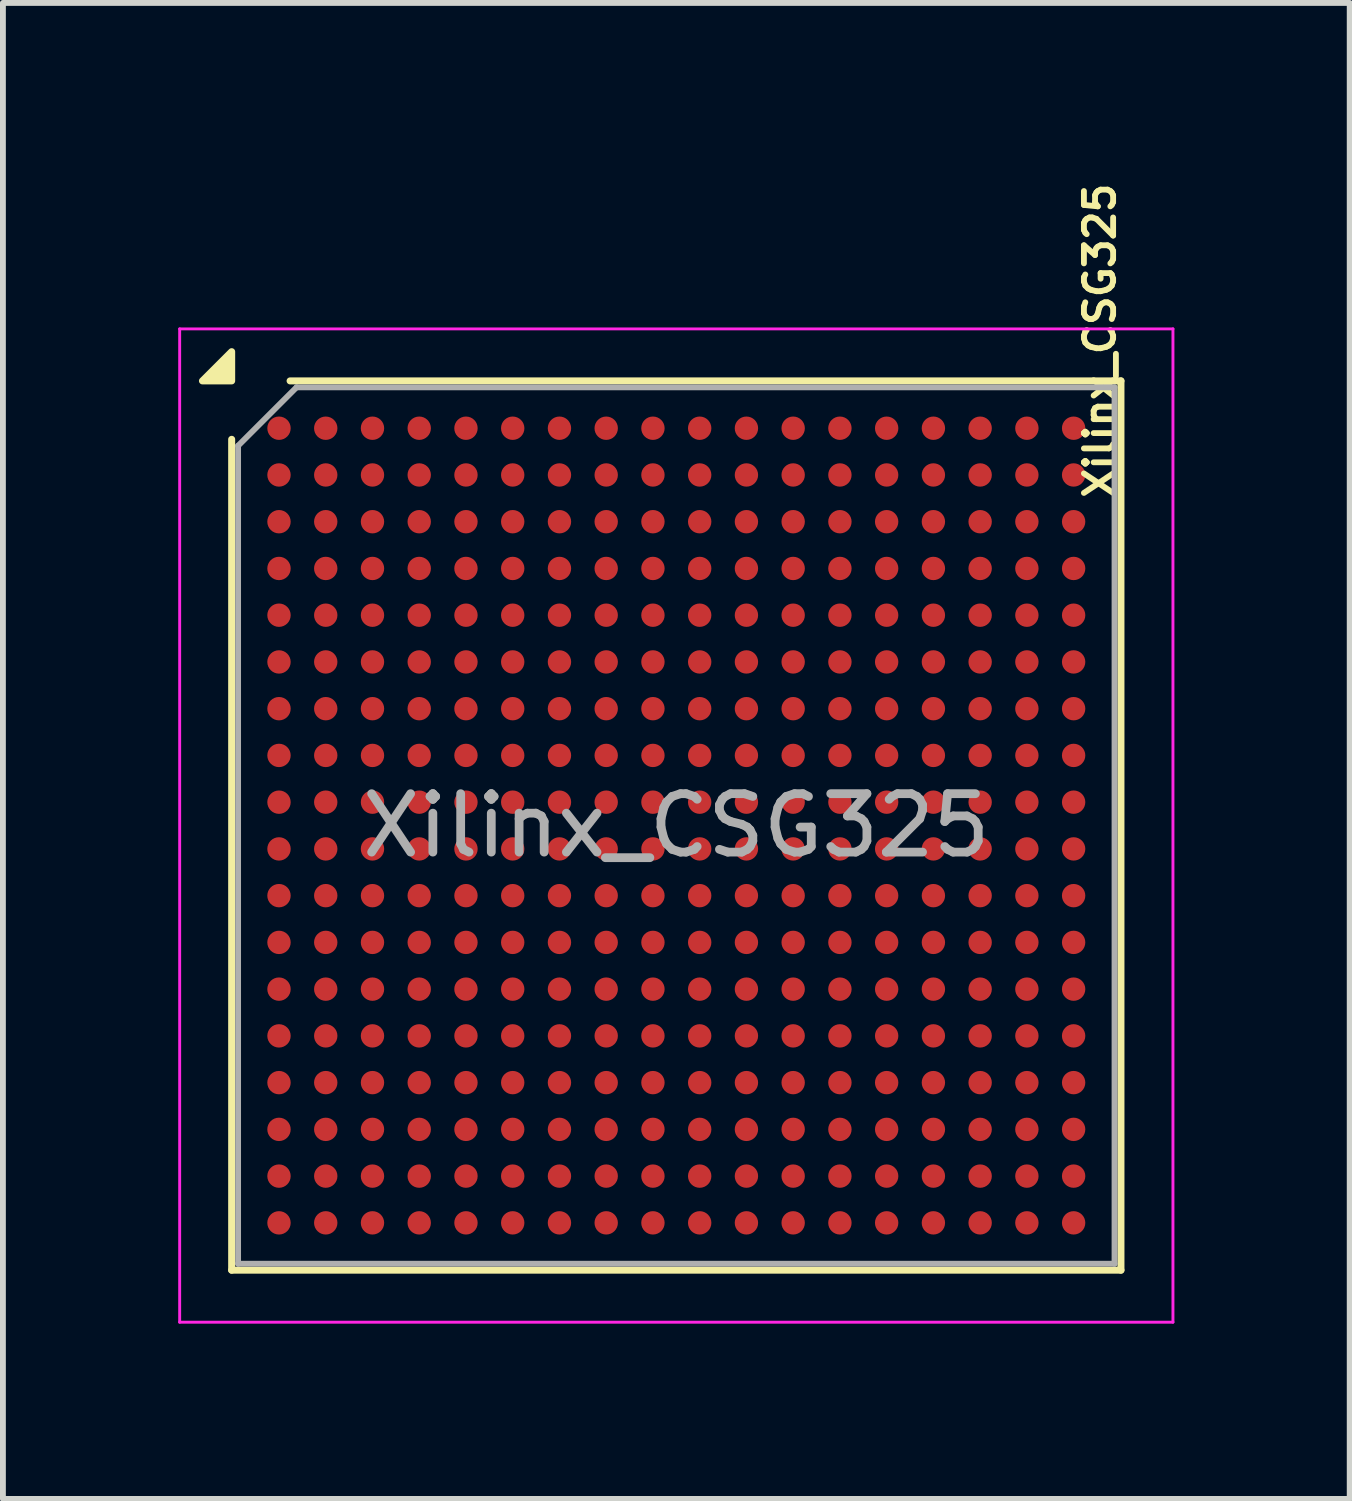
<source format=kicad_pcb>
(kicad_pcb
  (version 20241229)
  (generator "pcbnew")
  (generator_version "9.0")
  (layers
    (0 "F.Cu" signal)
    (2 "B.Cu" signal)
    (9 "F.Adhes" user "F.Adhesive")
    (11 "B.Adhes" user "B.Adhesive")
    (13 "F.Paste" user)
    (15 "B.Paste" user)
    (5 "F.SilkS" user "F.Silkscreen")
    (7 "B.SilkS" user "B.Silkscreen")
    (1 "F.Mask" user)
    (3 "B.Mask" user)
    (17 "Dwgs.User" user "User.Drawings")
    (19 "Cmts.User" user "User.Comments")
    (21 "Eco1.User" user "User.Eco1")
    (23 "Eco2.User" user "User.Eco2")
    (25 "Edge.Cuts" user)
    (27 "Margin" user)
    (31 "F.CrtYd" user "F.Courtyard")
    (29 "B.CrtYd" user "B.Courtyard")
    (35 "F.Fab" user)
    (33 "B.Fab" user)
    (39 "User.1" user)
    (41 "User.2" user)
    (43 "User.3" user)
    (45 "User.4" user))
  (footprint "Xilinx_CSG325"
    (layer "F.Cu")
    (at 8.525 11.079)
    (property "Reference" "Xilinx_CSG325" (at 7.25 -8.3 90) (layer "F.SilkS") (effects (font (size 0.5 0.5) (thickness 0.1))))
    (attr smd)
    (fp_line (start -7.61 7.61) (end -7.61 -6.61) (stroke (width 0.12) (type solid)) (layer "F.SilkS"))
    (fp_line (start -6.61 -7.61) (end 7.61 -7.61) (stroke (width 0.12) (type solid)) (layer "F.SilkS"))
    (fp_line (start 7.61 -7.61) (end 7.61 7.61) (stroke (width 0.12) (type solid)) (layer "F.SilkS"))
    (fp_line (start 7.61 7.61) (end -7.61 7.61) (stroke (width 0.12) (type solid)) (layer "F.SilkS"))
    (fp_poly (pts (xy -7.61 -7.61) (xy -8.11 -7.61) (xy -7.61 -8.11) (xy -7.61 -7.61)) (stroke (width 0.12) (type solid)) (fill yes) (layer "F.SilkS"))
    (fp_line (start -8.5 -8.5) (end -8.5 8.5) (stroke (width 0.05) (type solid)) (layer "F.CrtYd"))
    (fp_line (start -8.5 8.5) (end 8.5 8.5) (stroke (width 0.05) (type solid)) (layer "F.CrtYd"))
    (fp_line (start 8.5 -8.5) (end -8.5 -8.5) (stroke (width 0.05) (type solid)) (layer "F.CrtYd"))
    (fp_line (start 8.5 8.5) (end 8.5 -8.5) (stroke (width 0.05) (type solid)) (layer "F.CrtYd"))
    (fp_line (start -7.5 -6.5) (end -6.5 -7.5) (stroke (width 0.1) (type solid)) (layer "F.Fab"))
    (fp_line (start -7.5 7.5) (end -7.5 -6.5) (stroke (width 0.1) (type solid)) (layer "F.Fab"))
    (fp_line (start -6.5 -7.5) (end 7.5 -7.5) (stroke (width 0.1) (type solid)) (layer "F.Fab"))
    (fp_line (start 7.5 -7.5) (end 7.5 7.5) (stroke (width 0.1) (type solid)) (layer "F.Fab"))
    (fp_line (start 7.5 7.5) (end -7.5 7.5) (stroke (width 0.1) (type solid)) (layer "F.Fab"))
    (fp_text user "${REFERENCE}" (at 0 0 0) (layer "F.Fab") (effects (font (size 1 1) (thickness 0.15))))
    (pad "A1" smd circle (at -6.8 -6.8) (size 0.4 0.4) (property pad_prop_bga) (layers "F.Cu" "F.Mask" "F.Paste"))
    (pad "A2" smd circle (at -6 -6.8) (size 0.4 0.4) (property pad_prop_bga) (layers "F.Cu" "F.Mask" "F.Paste"))
    (pad "A3" smd circle (at -5.2 -6.8) (size 0.4 0.4) (property pad_prop_bga) (layers "F.Cu" "F.Mask" "F.Paste"))
    (pad "A4" smd circle (at -4.4 -6.8) (size 0.4 0.4) (property pad_prop_bga) (layers "F.Cu" "F.Mask" "F.Paste"))
    (pad "A5" smd circle (at -3.6 -6.8) (size 0.4 0.4) (property pad_prop_bga) (layers "F.Cu" "F.Mask" "F.Paste"))
    (pad "A6" smd circle (at -2.8 -6.8) (size 0.4 0.4) (property pad_prop_bga) (layers "F.Cu" "F.Mask" "F.Paste"))
    (pad "A7" smd circle (at -2 -6.8) (size 0.4 0.4) (property pad_prop_bga) (layers "F.Cu" "F.Mask" "F.Paste"))
    (pad "A8" smd circle (at -1.2 -6.8) (size 0.4 0.4) (property pad_prop_bga) (layers "F.Cu" "F.Mask" "F.Paste"))
    (pad "A9" smd circle (at -0.4 -6.8) (size 0.4 0.4) (property pad_prop_bga) (layers "F.Cu" "F.Mask" "F.Paste"))
    (pad "A10" smd circle (at 0.4 -6.8) (size 0.4 0.4) (property pad_prop_bga) (layers "F.Cu" "F.Mask" "F.Paste"))
    (pad "A11" smd circle (at 1.2 -6.8) (size 0.4 0.4) (property pad_prop_bga) (layers "F.Cu" "F.Mask" "F.Paste"))
    (pad "A12" smd circle (at 2 -6.8) (size 0.4 0.4) (property pad_prop_bga) (layers "F.Cu" "F.Mask" "F.Paste"))
    (pad "A13" smd circle (at 2.8 -6.8) (size 0.4 0.4) (property pad_prop_bga) (layers "F.Cu" "F.Mask" "F.Paste"))
    (pad "A14" smd circle (at 3.6 -6.8) (size 0.4 0.4) (property pad_prop_bga) (layers "F.Cu" "F.Mask" "F.Paste"))
    (pad "A15" smd circle (at 4.4 -6.8) (size 0.4 0.4) (property pad_prop_bga) (layers "F.Cu" "F.Mask" "F.Paste"))
    (pad "A16" smd circle (at 5.2 -6.8) (size 0.4 0.4) (property pad_prop_bga) (layers "F.Cu" "F.Mask" "F.Paste"))
    (pad "A17" smd circle (at 6 -6.8) (size 0.4 0.4) (property pad_prop_bga) (layers "F.Cu" "F.Mask" "F.Paste"))
    (pad "A18" smd circle (at 6.8 -6.8) (size 0.4 0.4) (property pad_prop_bga) (layers "F.Cu" "F.Mask" "F.Paste"))
    (pad "B1" smd circle (at -6.8 -6) (size 0.4 0.4) (property pad_prop_bga) (layers "F.Cu" "F.Mask" "F.Paste"))
    (pad "B2" smd circle (at -6 -6) (size 0.4 0.4) (property pad_prop_bga) (layers "F.Cu" "F.Mask" "F.Paste"))
    (pad "B3" smd circle (at -5.2 -6) (size 0.4 0.4) (property pad_prop_bga) (layers "F.Cu" "F.Mask" "F.Paste"))
    (pad "B4" smd circle (at -4.4 -6) (size 0.4 0.4) (property pad_prop_bga) (layers "F.Cu" "F.Mask" "F.Paste"))
    (pad "B5" smd circle (at -3.6 -6) (size 0.4 0.4) (property pad_prop_bga) (layers "F.Cu" "F.Mask" "F.Paste"))
    (pad "B6" smd circle (at -2.8 -6) (size 0.4 0.4) (property pad_prop_bga) (layers "F.Cu" "F.Mask" "F.Paste"))
    (pad "B7" smd circle (at -2 -6) (size 0.4 0.4) (property pad_prop_bga) (layers "F.Cu" "F.Mask" "F.Paste"))
    (pad "B8" smd circle (at -1.2 -6) (size 0.4 0.4) (property pad_prop_bga) (layers "F.Cu" "F.Mask" "F.Paste"))
    (pad "B9" smd circle (at -0.4 -6) (size 0.4 0.4) (property pad_prop_bga) (layers "F.Cu" "F.Mask" "F.Paste"))
    (pad "B10" smd circle (at 0.4 -6) (size 0.4 0.4) (property pad_prop_bga) (layers "F.Cu" "F.Mask" "F.Paste"))
    (pad "B11" smd circle (at 1.2 -6) (size 0.4 0.4) (property pad_prop_bga) (layers "F.Cu" "F.Mask" "F.Paste"))
    (pad "B12" smd circle (at 2 -6) (size 0.4 0.4) (property pad_prop_bga) (layers "F.Cu" "F.Mask" "F.Paste"))
    (pad "B13" smd circle (at 2.8 -6) (size 0.4 0.4) (property pad_prop_bga) (layers "F.Cu" "F.Mask" "F.Paste"))
    (pad "B14" smd circle (at 3.6 -6) (size 0.4 0.4) (property pad_prop_bga) (layers "F.Cu" "F.Mask" "F.Paste"))
    (pad "B15" smd circle (at 4.4 -6) (size 0.4 0.4) (property pad_prop_bga) (layers "F.Cu" "F.Mask" "F.Paste"))
    (pad "B16" smd circle (at 5.2 -6) (size 0.4 0.4) (property pad_prop_bga) (layers "F.Cu" "F.Mask" "F.Paste"))
    (pad "B17" smd circle (at 6 -6) (size 0.4 0.4) (property pad_prop_bga) (layers "F.Cu" "F.Mask" "F.Paste"))
    (pad "B18" smd circle (at 6.8 -6) (size 0.4 0.4) (property pad_prop_bga) (layers "F.Cu" "F.Mask" "F.Paste"))
    (pad "C1" smd circle (at -6.8 -5.2) (size 0.4 0.4) (property pad_prop_bga) (layers "F.Cu" "F.Mask" "F.Paste"))
    (pad "C2" smd circle (at -6 -5.2) (size 0.4 0.4) (property pad_prop_bga) (layers "F.Cu" "F.Mask" "F.Paste"))
    (pad "C3" smd circle (at -5.2 -5.2) (size 0.4 0.4) (property pad_prop_bga) (layers "F.Cu" "F.Mask" "F.Paste"))
    (pad "C4" smd circle (at -4.4 -5.2) (size 0.4 0.4) (property pad_prop_bga) (layers "F.Cu" "F.Mask" "F.Paste"))
    (pad "C5" smd circle (at -3.6 -5.2) (size 0.4 0.4) (property pad_prop_bga) (layers "F.Cu" "F.Mask" "F.Paste"))
    (pad "C6" smd circle (at -2.8 -5.2) (size 0.4 0.4) (property pad_prop_bga) (layers "F.Cu" "F.Mask" "F.Paste"))
    (pad "C7" smd circle (at -2 -5.2) (size 0.4 0.4) (property pad_prop_bga) (layers "F.Cu" "F.Mask" "F.Paste"))
    (pad "C8" smd circle (at -1.2 -5.2) (size 0.4 0.4) (property pad_prop_bga) (layers "F.Cu" "F.Mask" "F.Paste"))
    (pad "C9" smd circle (at -0.4 -5.2) (size 0.4 0.4) (property pad_prop_bga) (layers "F.Cu" "F.Mask" "F.Paste"))
    (pad "C10" smd circle (at 0.4 -5.2) (size 0.4 0.4) (property pad_prop_bga) (layers "F.Cu" "F.Mask" "F.Paste"))
    (pad "C11" smd circle (at 1.2 -5.2) (size 0.4 0.4) (property pad_prop_bga) (layers "F.Cu" "F.Mask" "F.Paste"))
    (pad "C12" smd circle (at 2 -5.2) (size 0.4 0.4) (property pad_prop_bga) (layers "F.Cu" "F.Mask" "F.Paste"))
    (pad "C13" smd circle (at 2.8 -5.2) (size 0.4 0.4) (property pad_prop_bga) (layers "F.Cu" "F.Mask" "F.Paste"))
    (pad "C14" smd circle (at 3.6 -5.2) (size 0.4 0.4) (property pad_prop_bga) (layers "F.Cu" "F.Mask" "F.Paste"))
    (pad "C15" smd circle (at 4.4 -5.2) (size 0.4 0.4) (property pad_prop_bga) (layers "F.Cu" "F.Mask" "F.Paste"))
    (pad "C16" smd circle (at 5.2 -5.2) (size 0.4 0.4) (property pad_prop_bga) (layers "F.Cu" "F.Mask" "F.Paste"))
    (pad "C17" smd circle (at 6 -5.2) (size 0.4 0.4) (property pad_prop_bga) (layers "F.Cu" "F.Mask" "F.Paste"))
    (pad "C18" smd circle (at 6.8 -5.2) (size 0.4 0.4) (property pad_prop_bga) (layers "F.Cu" "F.Mask" "F.Paste"))
    (pad "D1" smd circle (at -6.8 -4.4) (size 0.4 0.4) (property pad_prop_bga) (layers "F.Cu" "F.Mask" "F.Paste"))
    (pad "D2" smd circle (at -6 -4.4) (size 0.4 0.4) (property pad_prop_bga) (layers "F.Cu" "F.Mask" "F.Paste"))
    (pad "D3" smd circle (at -5.2 -4.4) (size 0.4 0.4) (property pad_prop_bga) (layers "F.Cu" "F.Mask" "F.Paste"))
    (pad "D4" smd circle (at -4.4 -4.4) (size 0.4 0.4) (property pad_prop_bga) (layers "F.Cu" "F.Mask" "F.Paste"))
    (pad "D5" smd circle (at -3.6 -4.4) (size 0.4 0.4) (property pad_prop_bga) (layers "F.Cu" "F.Mask" "F.Paste"))
    (pad "D6" smd circle (at -2.8 -4.4) (size 0.4 0.4) (property pad_prop_bga) (layers "F.Cu" "F.Mask" "F.Paste"))
    (pad "D7" smd circle (at -2 -4.4) (size 0.4 0.4) (property pad_prop_bga) (layers "F.Cu" "F.Mask" "F.Paste"))
    (pad "D8" smd circle (at -1.2 -4.4) (size 0.4 0.4) (property pad_prop_bga) (layers "F.Cu" "F.Mask" "F.Paste"))
    (pad "D9" smd circle (at -0.4 -4.4) (size 0.4 0.4) (property pad_prop_bga) (layers "F.Cu" "F.Mask" "F.Paste"))
    (pad "D10" smd circle (at 0.4 -4.4) (size 0.4 0.4) (property pad_prop_bga) (layers "F.Cu" "F.Mask" "F.Paste"))
    (pad "D11" smd circle (at 1.2 -4.4) (size 0.4 0.4) (property pad_prop_bga) (layers "F.Cu" "F.Mask" "F.Paste"))
    (pad "D12" smd circle (at 2 -4.4) (size 0.4 0.4) (property pad_prop_bga) (layers "F.Cu" "F.Mask" "F.Paste"))
    (pad "D13" smd circle (at 2.8 -4.4) (size 0.4 0.4) (property pad_prop_bga) (layers "F.Cu" "F.Mask" "F.Paste"))
    (pad "D14" smd circle (at 3.6 -4.4) (size 0.4 0.4) (property pad_prop_bga) (layers "F.Cu" "F.Mask" "F.Paste"))
    (pad "D15" smd circle (at 4.4 -4.4) (size 0.4 0.4) (property pad_prop_bga) (layers "F.Cu" "F.Mask" "F.Paste"))
    (pad "D16" smd circle (at 5.2 -4.4) (size 0.4 0.4) (property pad_prop_bga) (layers "F.Cu" "F.Mask" "F.Paste"))
    (pad "D17" smd circle (at 6 -4.4) (size 0.4 0.4) (property pad_prop_bga) (layers "F.Cu" "F.Mask" "F.Paste"))
    (pad "D18" smd circle (at 6.8 -4.4) (size 0.4 0.4) (property pad_prop_bga) (layers "F.Cu" "F.Mask" "F.Paste"))
    (pad "E1" smd circle (at -6.8 -3.6) (size 0.4 0.4) (property pad_prop_bga) (layers "F.Cu" "F.Mask" "F.Paste"))
    (pad "E2" smd circle (at -6 -3.6) (size 0.4 0.4) (property pad_prop_bga) (layers "F.Cu" "F.Mask" "F.Paste"))
    (pad "E3" smd circle (at -5.2 -3.6) (size 0.4 0.4) (property pad_prop_bga) (layers "F.Cu" "F.Mask" "F.Paste"))
    (pad "E4" smd circle (at -4.4 -3.6) (size 0.4 0.4) (property pad_prop_bga) (layers "F.Cu" "F.Mask" "F.Paste"))
    (pad "E5" smd circle (at -3.6 -3.6) (size 0.4 0.4) (property pad_prop_bga) (layers "F.Cu" "F.Mask" "F.Paste"))
    (pad "E6" smd circle (at -2.8 -3.6) (size 0.4 0.4) (property pad_prop_bga) (layers "F.Cu" "F.Mask" "F.Paste"))
    (pad "E7" smd circle (at -2 -3.6) (size 0.4 0.4) (property pad_prop_bga) (layers "F.Cu" "F.Mask" "F.Paste"))
    (pad "E8" smd circle (at -1.2 -3.6) (size 0.4 0.4) (property pad_prop_bga) (layers "F.Cu" "F.Mask" "F.Paste"))
    (pad "E9" smd circle (at -0.4 -3.6) (size 0.4 0.4) (property pad_prop_bga) (layers "F.Cu" "F.Mask" "F.Paste"))
    (pad "E10" smd circle (at 0.4 -3.6) (size 0.4 0.4) (property pad_prop_bga) (layers "F.Cu" "F.Mask" "F.Paste"))
    (pad "E11" smd circle (at 1.2 -3.6) (size 0.4 0.4) (property pad_prop_bga) (layers "F.Cu" "F.Mask" "F.Paste"))
    (pad "E12" smd circle (at 2 -3.6) (size 0.4 0.4) (property pad_prop_bga) (layers "F.Cu" "F.Mask" "F.Paste"))
    (pad "E13" smd circle (at 2.8 -3.6) (size 0.4 0.4) (property pad_prop_bga) (layers "F.Cu" "F.Mask" "F.Paste"))
    (pad "E14" smd circle (at 3.6 -3.6) (size 0.4 0.4) (property pad_prop_bga) (layers "F.Cu" "F.Mask" "F.Paste"))
    (pad "E15" smd circle (at 4.4 -3.6) (size 0.4 0.4) (property pad_prop_bga) (layers "F.Cu" "F.Mask" "F.Paste"))
    (pad "E16" smd circle (at 5.2 -3.6) (size 0.4 0.4) (property pad_prop_bga) (layers "F.Cu" "F.Mask" "F.Paste"))
    (pad "E17" smd circle (at 6 -3.6) (size 0.4 0.4) (property pad_prop_bga) (layers "F.Cu" "F.Mask" "F.Paste"))
    (pad "E18" smd circle (at 6.8 -3.6) (size 0.4 0.4) (property pad_prop_bga) (layers "F.Cu" "F.Mask" "F.Paste"))
    (pad "F1" smd circle (at -6.8 -2.8) (size 0.4 0.4) (property pad_prop_bga) (layers "F.Cu" "F.Mask" "F.Paste"))
    (pad "F2" smd circle (at -6 -2.8) (size 0.4 0.4) (property pad_prop_bga) (layers "F.Cu" "F.Mask" "F.Paste"))
    (pad "F3" smd circle (at -5.2 -2.8) (size 0.4 0.4) (property pad_prop_bga) (layers "F.Cu" "F.Mask" "F.Paste"))
    (pad "F4" smd circle (at -4.4 -2.8) (size 0.4 0.4) (property pad_prop_bga) (layers "F.Cu" "F.Mask" "F.Paste"))
    (pad "F5" smd circle (at -3.6 -2.8) (size 0.4 0.4) (property pad_prop_bga) (layers "F.Cu" "F.Mask" "F.Paste"))
    (pad "F6" smd circle (at -2.8 -2.8) (size 0.4 0.4) (property pad_prop_bga) (layers "F.Cu" "F.Mask" "F.Paste"))
    (pad "F7" smd circle (at -2 -2.8) (size 0.4 0.4) (property pad_prop_bga) (layers "F.Cu" "F.Mask" "F.Paste"))
    (pad "F8" smd circle (at -1.2 -2.8) (size 0.4 0.4) (property pad_prop_bga) (layers "F.Cu" "F.Mask" "F.Paste"))
    (pad "F9" smd circle (at -0.4 -2.8) (size 0.4 0.4) (property pad_prop_bga) (layers "F.Cu" "F.Mask" "F.Paste"))
    (pad "F10" smd circle (at 0.4 -2.8) (size 0.4 0.4) (property pad_prop_bga) (layers "F.Cu" "F.Mask" "F.Paste"))
    (pad "F11" smd circle (at 1.2 -2.8) (size 0.4 0.4) (property pad_prop_bga) (layers "F.Cu" "F.Mask" "F.Paste"))
    (pad "F12" smd circle (at 2 -2.8) (size 0.4 0.4) (property pad_prop_bga) (layers "F.Cu" "F.Mask" "F.Paste"))
    (pad "F13" smd circle (at 2.8 -2.8) (size 0.4 0.4) (property pad_prop_bga) (layers "F.Cu" "F.Mask" "F.Paste"))
    (pad "F14" smd circle (at 3.6 -2.8) (size 0.4 0.4) (property pad_prop_bga) (layers "F.Cu" "F.Mask" "F.Paste"))
    (pad "F15" smd circle (at 4.4 -2.8) (size 0.4 0.4) (property pad_prop_bga) (layers "F.Cu" "F.Mask" "F.Paste"))
    (pad "F16" smd circle (at 5.2 -2.8) (size 0.4 0.4) (property pad_prop_bga) (layers "F.Cu" "F.Mask" "F.Paste"))
    (pad "F17" smd circle (at 6 -2.8) (size 0.4 0.4) (property pad_prop_bga) (layers "F.Cu" "F.Mask" "F.Paste"))
    (pad "F18" smd circle (at 6.8 -2.8) (size 0.4 0.4) (property pad_prop_bga) (layers "F.Cu" "F.Mask" "F.Paste"))
    (pad "G1" smd circle (at -6.8 -2) (size 0.4 0.4) (property pad_prop_bga) (layers "F.Cu" "F.Mask" "F.Paste"))
    (pad "G2" smd circle (at -6 -2) (size 0.4 0.4) (property pad_prop_bga) (layers "F.Cu" "F.Mask" "F.Paste"))
    (pad "G3" smd circle (at -5.2 -2) (size 0.4 0.4) (property pad_prop_bga) (layers "F.Cu" "F.Mask" "F.Paste"))
    (pad "G4" smd circle (at -4.4 -2) (size 0.4 0.4) (property pad_prop_bga) (layers "F.Cu" "F.Mask" "F.Paste"))
    (pad "G5" smd circle (at -3.6 -2) (size 0.4 0.4) (property pad_prop_bga) (layers "F.Cu" "F.Mask" "F.Paste"))
    (pad "G6" smd circle (at -2.8 -2) (size 0.4 0.4) (property pad_prop_bga) (layers "F.Cu" "F.Mask" "F.Paste"))
    (pad "G7" smd circle (at -2 -2) (size 0.4 0.4) (property pad_prop_bga) (layers "F.Cu" "F.Mask" "F.Paste"))
    (pad "G8" smd circle (at -1.2 -2) (size 0.4 0.4) (property pad_prop_bga) (layers "F.Cu" "F.Mask" "F.Paste"))
    (pad "G9" smd circle (at -0.4 -2) (size 0.4 0.4) (property pad_prop_bga) (layers "F.Cu" "F.Mask" "F.Paste"))
    (pad "G10" smd circle (at 0.4 -2) (size 0.4 0.4) (property pad_prop_bga) (layers "F.Cu" "F.Mask" "F.Paste"))
    (pad "G11" smd circle (at 1.2 -2) (size 0.4 0.4) (property pad_prop_bga) (layers "F.Cu" "F.Mask" "F.Paste"))
    (pad "G12" smd circle (at 2 -2) (size 0.4 0.4) (property pad_prop_bga) (layers "F.Cu" "F.Mask" "F.Paste"))
    (pad "G13" smd circle (at 2.8 -2) (size 0.4 0.4) (property pad_prop_bga) (layers "F.Cu" "F.Mask" "F.Paste"))
    (pad "G14" smd circle (at 3.6 -2) (size 0.4 0.4) (property pad_prop_bga) (layers "F.Cu" "F.Mask" "F.Paste"))
    (pad "G15" smd circle (at 4.4 -2) (size 0.4 0.4) (property pad_prop_bga) (layers "F.Cu" "F.Mask" "F.Paste"))
    (pad "G16" smd circle (at 5.2 -2) (size 0.4 0.4) (property pad_prop_bga) (layers "F.Cu" "F.Mask" "F.Paste"))
    (pad "G17" smd circle (at 6 -2) (size 0.4 0.4) (property pad_prop_bga) (layers "F.Cu" "F.Mask" "F.Paste"))
    (pad "G18" smd circle (at 6.8 -2) (size 0.4 0.4) (property pad_prop_bga) (layers "F.Cu" "F.Mask" "F.Paste"))
    (pad "H1" smd circle (at -6.8 -1.2) (size 0.4 0.4) (property pad_prop_bga) (layers "F.Cu" "F.Mask" "F.Paste"))
    (pad "H2" smd circle (at -6 -1.2) (size 0.4 0.4) (property pad_prop_bga) (layers "F.Cu" "F.Mask" "F.Paste"))
    (pad "H3" smd circle (at -5.2 -1.2) (size 0.4 0.4) (property pad_prop_bga) (layers "F.Cu" "F.Mask" "F.Paste"))
    (pad "H4" smd circle (at -4.4 -1.2) (size 0.4 0.4) (property pad_prop_bga) (layers "F.Cu" "F.Mask" "F.Paste"))
    (pad "H5" smd circle (at -3.6 -1.2) (size 0.4 0.4) (property pad_prop_bga) (layers "F.Cu" "F.Mask" "F.Paste"))
    (pad "H6" smd circle (at -2.8 -1.2) (size 0.4 0.4) (property pad_prop_bga) (layers "F.Cu" "F.Mask" "F.Paste"))
    (pad "H7" smd circle (at -2 -1.2) (size 0.4 0.4) (property pad_prop_bga) (layers "F.Cu" "F.Mask" "F.Paste"))
    (pad "H8" smd circle (at -1.2 -1.2) (size 0.4 0.4) (property pad_prop_bga) (layers "F.Cu" "F.Mask" "F.Paste"))
    (pad "H9" smd circle (at -0.4 -1.2) (size 0.4 0.4) (property pad_prop_bga) (layers "F.Cu" "F.Mask" "F.Paste"))
    (pad "H10" smd circle (at 0.4 -1.2) (size 0.4 0.4) (property pad_prop_bga) (layers "F.Cu" "F.Mask" "F.Paste"))
    (pad "H11" smd circle (at 1.2 -1.2) (size 0.4 0.4) (property pad_prop_bga) (layers "F.Cu" "F.Mask" "F.Paste"))
    (pad "H12" smd circle (at 2 -1.2) (size 0.4 0.4) (property pad_prop_bga) (layers "F.Cu" "F.Mask" "F.Paste"))
    (pad "H13" smd circle (at 2.8 -1.2) (size 0.4 0.4) (property pad_prop_bga) (layers "F.Cu" "F.Mask" "F.Paste"))
    (pad "H14" smd circle (at 3.6 -1.2) (size 0.4 0.4) (property pad_prop_bga) (layers "F.Cu" "F.Mask" "F.Paste"))
    (pad "H15" smd circle (at 4.4 -1.2) (size 0.4 0.4) (property pad_prop_bga) (layers "F.Cu" "F.Mask" "F.Paste"))
    (pad "H16" smd circle (at 5.2 -1.2) (size 0.4 0.4) (property pad_prop_bga) (layers "F.Cu" "F.Mask" "F.Paste"))
    (pad "H17" smd circle (at 6 -1.2) (size 0.4 0.4) (property pad_prop_bga) (layers "F.Cu" "F.Mask" "F.Paste"))
    (pad "H18" smd circle (at 6.8 -1.2) (size 0.4 0.4) (property pad_prop_bga) (layers "F.Cu" "F.Mask" "F.Paste"))
    (pad "J1" smd circle (at -6.8 -0.4) (size 0.4 0.4) (property pad_prop_bga) (layers "F.Cu" "F.Mask" "F.Paste"))
    (pad "J2" smd circle (at -6 -0.4) (size 0.4 0.4) (property pad_prop_bga) (layers "F.Cu" "F.Mask" "F.Paste"))
    (pad "J3" smd circle (at -5.2 -0.4) (size 0.4 0.4) (property pad_prop_bga) (layers "F.Cu" "F.Mask" "F.Paste"))
    (pad "J4" smd circle (at -4.4 -0.4) (size 0.4 0.4) (property pad_prop_bga) (layers "F.Cu" "F.Mask" "F.Paste"))
    (pad "J5" smd circle (at -3.6 -0.4) (size 0.4 0.4) (property pad_prop_bga) (layers "F.Cu" "F.Mask" "F.Paste"))
    (pad "J6" smd circle (at -2.8 -0.4) (size 0.4 0.4) (property pad_prop_bga) (layers "F.Cu" "F.Mask" "F.Paste"))
    (pad "J7" smd circle (at -2 -0.4) (size 0.4 0.4) (property pad_prop_bga) (layers "F.Cu" "F.Mask" "F.Paste"))
    (pad "J8" smd circle (at -1.2 -0.4) (size 0.4 0.4) (property pad_prop_bga) (layers "F.Cu" "F.Mask" "F.Paste"))
    (pad "J9" smd circle (at -0.4 -0.4) (size 0.4 0.4) (property pad_prop_bga) (layers "F.Cu" "F.Mask" "F.Paste"))
    (pad "J10" smd circle (at 0.4 -0.4) (size 0.4 0.4) (property pad_prop_bga) (layers "F.Cu" "F.Mask" "F.Paste"))
    (pad "J11" smd circle (at 1.2 -0.4) (size 0.4 0.4) (property pad_prop_bga) (layers "F.Cu" "F.Mask" "F.Paste"))
    (pad "J12" smd circle (at 2 -0.4) (size 0.4 0.4) (property pad_prop_bga) (layers "F.Cu" "F.Mask" "F.Paste"))
    (pad "J13" smd circle (at 2.8 -0.4) (size 0.4 0.4) (property pad_prop_bga) (layers "F.Cu" "F.Mask" "F.Paste"))
    (pad "J14" smd circle (at 3.6 -0.4) (size 0.4 0.4) (property pad_prop_bga) (layers "F.Cu" "F.Mask" "F.Paste"))
    (pad "J15" smd circle (at 4.4 -0.4) (size 0.4 0.4) (property pad_prop_bga) (layers "F.Cu" "F.Mask" "F.Paste"))
    (pad "J16" smd circle (at 5.2 -0.4) (size 0.4 0.4) (property pad_prop_bga) (layers "F.Cu" "F.Mask" "F.Paste"))
    (pad "J17" smd circle (at 6 -0.4) (size 0.4 0.4) (property pad_prop_bga) (layers "F.Cu" "F.Mask" "F.Paste"))
    (pad "J18" smd circle (at 6.8 -0.4) (size 0.4 0.4) (property pad_prop_bga) (layers "F.Cu" "F.Mask" "F.Paste"))
    (pad "K1" smd circle (at -6.8 0.4) (size 0.4 0.4) (property pad_prop_bga) (layers "F.Cu" "F.Mask" "F.Paste"))
    (pad "K2" smd circle (at -6 0.4) (size 0.4 0.4) (property pad_prop_bga) (layers "F.Cu" "F.Mask" "F.Paste"))
    (pad "K3" smd circle (at -5.2 0.4) (size 0.4 0.4) (property pad_prop_bga) (layers "F.Cu" "F.Mask" "F.Paste"))
    (pad "K4" smd circle (at -4.4 0.4) (size 0.4 0.4) (property pad_prop_bga) (layers "F.Cu" "F.Mask" "F.Paste"))
    (pad "K5" smd circle (at -3.6 0.4) (size 0.4 0.4) (property pad_prop_bga) (layers "F.Cu" "F.Mask" "F.Paste"))
    (pad "K6" smd circle (at -2.8 0.4) (size 0.4 0.4) (property pad_prop_bga) (layers "F.Cu" "F.Mask" "F.Paste"))
    (pad "K7" smd circle (at -2 0.4) (size 0.4 0.4) (property pad_prop_bga) (layers "F.Cu" "F.Mask" "F.Paste"))
    (pad "K8" smd circle (at -1.2 0.4) (size 0.4 0.4) (property pad_prop_bga) (layers "F.Cu" "F.Mask" "F.Paste"))
    (pad "K9" smd circle (at -0.4 0.4) (size 0.4 0.4) (property pad_prop_bga) (layers "F.Cu" "F.Mask" "F.Paste"))
    (pad "K10" smd circle (at 0.4 0.4) (size 0.4 0.4) (property pad_prop_bga) (layers "F.Cu" "F.Mask" "F.Paste"))
    (pad "K11" smd circle (at 1.2 0.4) (size 0.4 0.4) (property pad_prop_bga) (layers "F.Cu" "F.Mask" "F.Paste"))
    (pad "K12" smd circle (at 2 0.4) (size 0.4 0.4) (property pad_prop_bga) (layers "F.Cu" "F.Mask" "F.Paste"))
    (pad "K13" smd circle (at 2.8 0.4) (size 0.4 0.4) (property pad_prop_bga) (layers "F.Cu" "F.Mask" "F.Paste"))
    (pad "K14" smd circle (at 3.6 0.4) (size 0.4 0.4) (property pad_prop_bga) (layers "F.Cu" "F.Mask" "F.Paste"))
    (pad "K15" smd circle (at 4.4 0.4) (size 0.4 0.4) (property pad_prop_bga) (layers "F.Cu" "F.Mask" "F.Paste"))
    (pad "K16" smd circle (at 5.2 0.4) (size 0.4 0.4) (property pad_prop_bga) (layers "F.Cu" "F.Mask" "F.Paste"))
    (pad "K17" smd circle (at 6 0.4) (size 0.4 0.4) (property pad_prop_bga) (layers "F.Cu" "F.Mask" "F.Paste"))
    (pad "K18" smd circle (at 6.8 0.4) (size 0.4 0.4) (property pad_prop_bga) (layers "F.Cu" "F.Mask" "F.Paste"))
    (pad "L1" smd circle (at -6.8 1.2) (size 0.4 0.4) (property pad_prop_bga) (layers "F.Cu" "F.Mask" "F.Paste"))
    (pad "L2" smd circle (at -6 1.2) (size 0.4 0.4) (property pad_prop_bga) (layers "F.Cu" "F.Mask" "F.Paste"))
    (pad "L3" smd circle (at -5.2 1.2) (size 0.4 0.4) (property pad_prop_bga) (layers "F.Cu" "F.Mask" "F.Paste"))
    (pad "L4" smd circle (at -4.4 1.2) (size 0.4 0.4) (property pad_prop_bga) (layers "F.Cu" "F.Mask" "F.Paste"))
    (pad "L5" smd circle (at -3.6 1.2) (size 0.4 0.4) (property pad_prop_bga) (layers "F.Cu" "F.Mask" "F.Paste"))
    (pad "L6" smd circle (at -2.8 1.2) (size 0.4 0.4) (property pad_prop_bga) (layers "F.Cu" "F.Mask" "F.Paste"))
    (pad "L7" smd circle (at -2 1.2) (size 0.4 0.4) (property pad_prop_bga) (layers "F.Cu" "F.Mask" "F.Paste"))
    (pad "L8" smd circle (at -1.2 1.2) (size 0.4 0.4) (property pad_prop_bga) (layers "F.Cu" "F.Mask" "F.Paste"))
    (pad "L9" smd circle (at -0.4 1.2) (size 0.4 0.4) (property pad_prop_bga) (layers "F.Cu" "F.Mask" "F.Paste"))
    (pad "L10" smd circle (at 0.4 1.2) (size 0.4 0.4) (property pad_prop_bga) (layers "F.Cu" "F.Mask" "F.Paste"))
    (pad "L11" smd circle (at 1.2 1.2) (size 0.4 0.4) (property pad_prop_bga) (layers "F.Cu" "F.Mask" "F.Paste"))
    (pad "L12" smd circle (at 2 1.2) (size 0.4 0.4) (property pad_prop_bga) (layers "F.Cu" "F.Mask" "F.Paste"))
    (pad "L13" smd circle (at 2.8 1.2) (size 0.4 0.4) (property pad_prop_bga) (layers "F.Cu" "F.Mask" "F.Paste"))
    (pad "L14" smd circle (at 3.6 1.2) (size 0.4 0.4) (property pad_prop_bga) (layers "F.Cu" "F.Mask" "F.Paste"))
    (pad "L15" smd circle (at 4.4 1.2) (size 0.4 0.4) (property pad_prop_bga) (layers "F.Cu" "F.Mask" "F.Paste"))
    (pad "L16" smd circle (at 5.2 1.2) (size 0.4 0.4) (property pad_prop_bga) (layers "F.Cu" "F.Mask" "F.Paste"))
    (pad "L17" smd circle (at 6 1.2) (size 0.4 0.4) (property pad_prop_bga) (layers "F.Cu" "F.Mask" "F.Paste"))
    (pad "L18" smd circle (at 6.8 1.2) (size 0.4 0.4) (property pad_prop_bga) (layers "F.Cu" "F.Mask" "F.Paste"))
    (pad "M1" smd circle (at -6.8 2) (size 0.4 0.4) (property pad_prop_bga) (layers "F.Cu" "F.Mask" "F.Paste"))
    (pad "M2" smd circle (at -6 2) (size 0.4 0.4) (property pad_prop_bga) (layers "F.Cu" "F.Mask" "F.Paste"))
    (pad "M3" smd circle (at -5.2 2) (size 0.4 0.4) (property pad_prop_bga) (layers "F.Cu" "F.Mask" "F.Paste"))
    (pad "M4" smd circle (at -4.4 2) (size 0.4 0.4) (property pad_prop_bga) (layers "F.Cu" "F.Mask" "F.Paste"))
    (pad "M5" smd circle (at -3.6 2) (size 0.4 0.4) (property pad_prop_bga) (layers "F.Cu" "F.Mask" "F.Paste"))
    (pad "M6" smd circle (at -2.8 2) (size 0.4 0.4) (property pad_prop_bga) (layers "F.Cu" "F.Mask" "F.Paste"))
    (pad "M7" smd circle (at -2 2) (size 0.4 0.4) (property pad_prop_bga) (layers "F.Cu" "F.Mask" "F.Paste"))
    (pad "M8" smd circle (at -1.2 2) (size 0.4 0.4) (property pad_prop_bga) (layers "F.Cu" "F.Mask" "F.Paste"))
    (pad "M9" smd circle (at -0.4 2) (size 0.4 0.4) (property pad_prop_bga) (layers "F.Cu" "F.Mask" "F.Paste"))
    (pad "M10" smd circle (at 0.4 2) (size 0.4 0.4) (property pad_prop_bga) (layers "F.Cu" "F.Mask" "F.Paste"))
    (pad "M11" smd circle (at 1.2 2) (size 0.4 0.4) (property pad_prop_bga) (layers "F.Cu" "F.Mask" "F.Paste"))
    (pad "M12" smd circle (at 2 2) (size 0.4 0.4) (property pad_prop_bga) (layers "F.Cu" "F.Mask" "F.Paste"))
    (pad "M13" smd circle (at 2.8 2) (size 0.4 0.4) (property pad_prop_bga) (layers "F.Cu" "F.Mask" "F.Paste"))
    (pad "M14" smd circle (at 3.6 2) (size 0.4 0.4) (property pad_prop_bga) (layers "F.Cu" "F.Mask" "F.Paste"))
    (pad "M15" smd circle (at 4.4 2) (size 0.4 0.4) (property pad_prop_bga) (layers "F.Cu" "F.Mask" "F.Paste"))
    (pad "M16" smd circle (at 5.2 2) (size 0.4 0.4) (property pad_prop_bga) (layers "F.Cu" "F.Mask" "F.Paste"))
    (pad "M17" smd circle (at 6 2) (size 0.4 0.4) (property pad_prop_bga) (layers "F.Cu" "F.Mask" "F.Paste"))
    (pad "M18" smd circle (at 6.8 2) (size 0.4 0.4) (property pad_prop_bga) (layers "F.Cu" "F.Mask" "F.Paste"))
    (pad "N1" smd circle (at -6.8 2.8) (size 0.4 0.4) (property pad_prop_bga) (layers "F.Cu" "F.Mask" "F.Paste"))
    (pad "N2" smd circle (at -6 2.8) (size 0.4 0.4) (property pad_prop_bga) (layers "F.Cu" "F.Mask" "F.Paste"))
    (pad "N3" smd circle (at -5.2 2.8) (size 0.4 0.4) (property pad_prop_bga) (layers "F.Cu" "F.Mask" "F.Paste"))
    (pad "N4" smd circle (at -4.4 2.8) (size 0.4 0.4) (property pad_prop_bga) (layers "F.Cu" "F.Mask" "F.Paste"))
    (pad "N5" smd circle (at -3.6 2.8) (size 0.4 0.4) (property pad_prop_bga) (layers "F.Cu" "F.Mask" "F.Paste"))
    (pad "N6" smd circle (at -2.8 2.8) (size 0.4 0.4) (property pad_prop_bga) (layers "F.Cu" "F.Mask" "F.Paste"))
    (pad "N7" smd circle (at -2 2.8) (size 0.4 0.4) (property pad_prop_bga) (layers "F.Cu" "F.Mask" "F.Paste"))
    (pad "N8" smd circle (at -1.2 2.8) (size 0.4 0.4) (property pad_prop_bga) (layers "F.Cu" "F.Mask" "F.Paste"))
    (pad "N9" smd circle (at -0.4 2.8) (size 0.4 0.4) (property pad_prop_bga) (layers "F.Cu" "F.Mask" "F.Paste"))
    (pad "N10" smd circle (at 0.4 2.8) (size 0.4 0.4) (property pad_prop_bga) (layers "F.Cu" "F.Mask" "F.Paste"))
    (pad "N11" smd circle (at 1.2 2.8) (size 0.4 0.4) (property pad_prop_bga) (layers "F.Cu" "F.Mask" "F.Paste"))
    (pad "N12" smd circle (at 2 2.8) (size 0.4 0.4) (property pad_prop_bga) (layers "F.Cu" "F.Mask" "F.Paste"))
    (pad "N13" smd circle (at 2.8 2.8) (size 0.4 0.4) (property pad_prop_bga) (layers "F.Cu" "F.Mask" "F.Paste"))
    (pad "N14" smd circle (at 3.6 2.8) (size 0.4 0.4) (property pad_prop_bga) (layers "F.Cu" "F.Mask" "F.Paste"))
    (pad "N15" smd circle (at 4.4 2.8) (size 0.4 0.4) (property pad_prop_bga) (layers "F.Cu" "F.Mask" "F.Paste"))
    (pad "N16" smd circle (at 5.2 2.8) (size 0.4 0.4) (property pad_prop_bga) (layers "F.Cu" "F.Mask" "F.Paste"))
    (pad "N17" smd circle (at 6 2.8) (size 0.4 0.4) (property pad_prop_bga) (layers "F.Cu" "F.Mask" "F.Paste"))
    (pad "N18" smd circle (at 6.8 2.8) (size 0.4 0.4) (property pad_prop_bga) (layers "F.Cu" "F.Mask" "F.Paste"))
    (pad "P1" smd circle (at -6.8 3.6) (size 0.4 0.4) (property pad_prop_bga) (layers "F.Cu" "F.Mask" "F.Paste"))
    (pad "P2" smd circle (at -6 3.6) (size 0.4 0.4) (property pad_prop_bga) (layers "F.Cu" "F.Mask" "F.Paste"))
    (pad "P3" smd circle (at -5.2 3.6) (size 0.4 0.4) (property pad_prop_bga) (layers "F.Cu" "F.Mask" "F.Paste"))
    (pad "P4" smd circle (at -4.4 3.6) (size 0.4 0.4) (property pad_prop_bga) (layers "F.Cu" "F.Mask" "F.Paste"))
    (pad "P5" smd circle (at -3.6 3.6) (size 0.4 0.4) (property pad_prop_bga) (layers "F.Cu" "F.Mask" "F.Paste"))
    (pad "P6" smd circle (at -2.8 3.6) (size 0.4 0.4) (property pad_prop_bga) (layers "F.Cu" "F.Mask" "F.Paste"))
    (pad "P7" smd circle (at -2 3.6) (size 0.4 0.4) (property pad_prop_bga) (layers "F.Cu" "F.Mask" "F.Paste"))
    (pad "P8" smd circle (at -1.2 3.6) (size 0.4 0.4) (property pad_prop_bga) (layers "F.Cu" "F.Mask" "F.Paste"))
    (pad "P9" smd circle (at -0.4 3.6) (size 0.4 0.4) (property pad_prop_bga) (layers "F.Cu" "F.Mask" "F.Paste"))
    (pad "P10" smd circle (at 0.4 3.6) (size 0.4 0.4) (property pad_prop_bga) (layers "F.Cu" "F.Mask" "F.Paste"))
    (pad "P11" smd circle (at 1.2 3.6) (size 0.4 0.4) (property pad_prop_bga) (layers "F.Cu" "F.Mask" "F.Paste"))
    (pad "P12" smd circle (at 2 3.6) (size 0.4 0.4) (property pad_prop_bga) (layers "F.Cu" "F.Mask" "F.Paste"))
    (pad "P13" smd circle (at 2.8 3.6) (size 0.4 0.4) (property pad_prop_bga) (layers "F.Cu" "F.Mask" "F.Paste"))
    (pad "P14" smd circle (at 3.6 3.6) (size 0.4 0.4) (property pad_prop_bga) (layers "F.Cu" "F.Mask" "F.Paste"))
    (pad "P15" smd circle (at 4.4 3.6) (size 0.4 0.4) (property pad_prop_bga) (layers "F.Cu" "F.Mask" "F.Paste"))
    (pad "P16" smd circle (at 5.2 3.6) (size 0.4 0.4) (property pad_prop_bga) (layers "F.Cu" "F.Mask" "F.Paste"))
    (pad "P17" smd circle (at 6 3.6) (size 0.4 0.4) (property pad_prop_bga) (layers "F.Cu" "F.Mask" "F.Paste"))
    (pad "P18" smd circle (at 6.8 3.6) (size 0.4 0.4) (property pad_prop_bga) (layers "F.Cu" "F.Mask" "F.Paste"))
    (pad "R1" smd circle (at -6.8 4.4) (size 0.4 0.4) (property pad_prop_bga) (layers "F.Cu" "F.Mask" "F.Paste"))
    (pad "R2" smd circle (at -6 4.4) (size 0.4 0.4) (property pad_prop_bga) (layers "F.Cu" "F.Mask" "F.Paste"))
    (pad "R3" smd circle (at -5.2 4.4) (size 0.4 0.4) (property pad_prop_bga) (layers "F.Cu" "F.Mask" "F.Paste"))
    (pad "R4" smd circle (at -4.4 4.4) (size 0.4 0.4) (property pad_prop_bga) (layers "F.Cu" "F.Mask" "F.Paste"))
    (pad "R5" smd circle (at -3.6 4.4) (size 0.4 0.4) (property pad_prop_bga) (layers "F.Cu" "F.Mask" "F.Paste"))
    (pad "R6" smd circle (at -2.8 4.4) (size 0.4 0.4) (property pad_prop_bga) (layers "F.Cu" "F.Mask" "F.Paste"))
    (pad "R7" smd circle (at -2 4.4) (size 0.4 0.4) (property pad_prop_bga) (layers "F.Cu" "F.Mask" "F.Paste"))
    (pad "R8" smd circle (at -1.2 4.4) (size 0.4 0.4) (property pad_prop_bga) (layers "F.Cu" "F.Mask" "F.Paste"))
    (pad "R9" smd circle (at -0.4 4.4) (size 0.4 0.4) (property pad_prop_bga) (layers "F.Cu" "F.Mask" "F.Paste"))
    (pad "R10" smd circle (at 0.4 4.4) (size 0.4 0.4) (property pad_prop_bga) (layers "F.Cu" "F.Mask" "F.Paste"))
    (pad "R11" smd circle (at 1.2 4.4) (size 0.4 0.4) (property pad_prop_bga) (layers "F.Cu" "F.Mask" "F.Paste"))
    (pad "R12" smd circle (at 2 4.4) (size 0.4 0.4) (property pad_prop_bga) (layers "F.Cu" "F.Mask" "F.Paste"))
    (pad "R13" smd circle (at 2.8 4.4) (size 0.4 0.4) (property pad_prop_bga) (layers "F.Cu" "F.Mask" "F.Paste"))
    (pad "R14" smd circle (at 3.6 4.4) (size 0.4 0.4) (property pad_prop_bga) (layers "F.Cu" "F.Mask" "F.Paste"))
    (pad "R15" smd circle (at 4.4 4.4) (size 0.4 0.4) (property pad_prop_bga) (layers "F.Cu" "F.Mask" "F.Paste"))
    (pad "R16" smd circle (at 5.2 4.4) (size 0.4 0.4) (property pad_prop_bga) (layers "F.Cu" "F.Mask" "F.Paste"))
    (pad "R17" smd circle (at 6 4.4) (size 0.4 0.4) (property pad_prop_bga) (layers "F.Cu" "F.Mask" "F.Paste"))
    (pad "R18" smd circle (at 6.8 4.4) (size 0.4 0.4) (property pad_prop_bga) (layers "F.Cu" "F.Mask" "F.Paste"))
    (pad "T1" smd circle (at -6.8 5.2) (size 0.4 0.4) (property pad_prop_bga) (layers "F.Cu" "F.Mask" "F.Paste"))
    (pad "T2" smd circle (at -6 5.2) (size 0.4 0.4) (property pad_prop_bga) (layers "F.Cu" "F.Mask" "F.Paste"))
    (pad "T3" smd circle (at -5.2 5.2) (size 0.4 0.4) (property pad_prop_bga) (layers "F.Cu" "F.Mask" "F.Paste"))
    (pad "T4" smd circle (at -4.4 5.2) (size 0.4 0.4) (property pad_prop_bga) (layers "F.Cu" "F.Mask" "F.Paste"))
    (pad "T5" smd circle (at -3.6 5.2) (size 0.4 0.4) (property pad_prop_bga) (layers "F.Cu" "F.Mask" "F.Paste"))
    (pad "T6" smd circle (at -2.8 5.2) (size 0.4 0.4) (property pad_prop_bga) (layers "F.Cu" "F.Mask" "F.Paste"))
    (pad "T7" smd circle (at -2 5.2) (size 0.4 0.4) (property pad_prop_bga) (layers "F.Cu" "F.Mask" "F.Paste"))
    (pad "T8" smd circle (at -1.2 5.2) (size 0.4 0.4) (property pad_prop_bga) (layers "F.Cu" "F.Mask" "F.Paste"))
    (pad "T9" smd circle (at -0.4 5.2) (size 0.4 0.4) (property pad_prop_bga) (layers "F.Cu" "F.Mask" "F.Paste"))
    (pad "T10" smd circle (at 0.4 5.2) (size 0.4 0.4) (property pad_prop_bga) (layers "F.Cu" "F.Mask" "F.Paste"))
    (pad "T11" smd circle (at 1.2 5.2) (size 0.4 0.4) (property pad_prop_bga) (layers "F.Cu" "F.Mask" "F.Paste"))
    (pad "T12" smd circle (at 2 5.2) (size 0.4 0.4) (property pad_prop_bga) (layers "F.Cu" "F.Mask" "F.Paste"))
    (pad "T13" smd circle (at 2.8 5.2) (size 0.4 0.4) (property pad_prop_bga) (layers "F.Cu" "F.Mask" "F.Paste"))
    (pad "T14" smd circle (at 3.6 5.2) (size 0.4 0.4) (property pad_prop_bga) (layers "F.Cu" "F.Mask" "F.Paste"))
    (pad "T15" smd circle (at 4.4 5.2) (size 0.4 0.4) (property pad_prop_bga) (layers "F.Cu" "F.Mask" "F.Paste"))
    (pad "T16" smd circle (at 5.2 5.2) (size 0.4 0.4) (property pad_prop_bga) (layers "F.Cu" "F.Mask" "F.Paste"))
    (pad "T17" smd circle (at 6 5.2) (size 0.4 0.4) (property pad_prop_bga) (layers "F.Cu" "F.Mask" "F.Paste"))
    (pad "T18" smd circle (at 6.8 5.2) (size 0.4 0.4) (property pad_prop_bga) (layers "F.Cu" "F.Mask" "F.Paste"))
    (pad "U1" smd circle (at -6.8 6) (size 0.4 0.4) (property pad_prop_bga) (layers "F.Cu" "F.Mask" "F.Paste"))
    (pad "U2" smd circle (at -6 6) (size 0.4 0.4) (property pad_prop_bga) (layers "F.Cu" "F.Mask" "F.Paste"))
    (pad "U3" smd circle (at -5.2 6) (size 0.4 0.4) (property pad_prop_bga) (layers "F.Cu" "F.Mask" "F.Paste"))
    (pad "U4" smd circle (at -4.4 6) (size 0.4 0.4) (property pad_prop_bga) (layers "F.Cu" "F.Mask" "F.Paste"))
    (pad "U5" smd circle (at -3.6 6) (size 0.4 0.4) (property pad_prop_bga) (layers "F.Cu" "F.Mask" "F.Paste"))
    (pad "U6" smd circle (at -2.8 6) (size 0.4 0.4) (property pad_prop_bga) (layers "F.Cu" "F.Mask" "F.Paste"))
    (pad "U7" smd circle (at -2 6) (size 0.4 0.4) (property pad_prop_bga) (layers "F.Cu" "F.Mask" "F.Paste"))
    (pad "U8" smd circle (at -1.2 6) (size 0.4 0.4) (property pad_prop_bga) (layers "F.Cu" "F.Mask" "F.Paste"))
    (pad "U9" smd circle (at -0.4 6) (size 0.4 0.4) (property pad_prop_bga) (layers "F.Cu" "F.Mask" "F.Paste"))
    (pad "U10" smd circle (at 0.4 6) (size 0.4 0.4) (property pad_prop_bga) (layers "F.Cu" "F.Mask" "F.Paste"))
    (pad "U11" smd circle (at 1.2 6) (size 0.4 0.4) (property pad_prop_bga) (layers "F.Cu" "F.Mask" "F.Paste"))
    (pad "U12" smd circle (at 2 6) (size 0.4 0.4) (property pad_prop_bga) (layers "F.Cu" "F.Mask" "F.Paste"))
    (pad "U13" smd circle (at 2.8 6) (size 0.4 0.4) (property pad_prop_bga) (layers "F.Cu" "F.Mask" "F.Paste"))
    (pad "U14" smd circle (at 3.6 6) (size 0.4 0.4) (property pad_prop_bga) (layers "F.Cu" "F.Mask" "F.Paste"))
    (pad "U15" smd circle (at 4.4 6) (size 0.4 0.4) (property pad_prop_bga) (layers "F.Cu" "F.Mask" "F.Paste"))
    (pad "U16" smd circle (at 5.2 6) (size 0.4 0.4) (property pad_prop_bga) (layers "F.Cu" "F.Mask" "F.Paste"))
    (pad "U17" smd circle (at 6 6) (size 0.4 0.4) (property pad_prop_bga) (layers "F.Cu" "F.Mask" "F.Paste"))
    (pad "U18" smd circle (at 6.8 6) (size 0.4 0.4) (property pad_prop_bga) (layers "F.Cu" "F.Mask" "F.Paste"))
    (pad "V1" smd circle (at -6.8 6.8) (size 0.4 0.4) (property pad_prop_bga) (layers "F.Cu" "F.Mask" "F.Paste"))
    (pad "V2" smd circle (at -6 6.8) (size 0.4 0.4) (property pad_prop_bga) (layers "F.Cu" "F.Mask" "F.Paste"))
    (pad "V3" smd circle (at -5.2 6.8) (size 0.4 0.4) (property pad_prop_bga) (layers "F.Cu" "F.Mask" "F.Paste"))
    (pad "V4" smd circle (at -4.4 6.8) (size 0.4 0.4) (property pad_prop_bga) (layers "F.Cu" "F.Mask" "F.Paste"))
    (pad "V5" smd circle (at -3.6 6.8) (size 0.4 0.4) (property pad_prop_bga) (layers "F.Cu" "F.Mask" "F.Paste"))
    (pad "V6" smd circle (at -2.8 6.8) (size 0.4 0.4) (property pad_prop_bga) (layers "F.Cu" "F.Mask" "F.Paste"))
    (pad "V7" smd circle (at -2 6.8) (size 0.4 0.4) (property pad_prop_bga) (layers "F.Cu" "F.Mask" "F.Paste"))
    (pad "V8" smd circle (at -1.2 6.8) (size 0.4 0.4) (property pad_prop_bga) (layers "F.Cu" "F.Mask" "F.Paste"))
    (pad "V9" smd circle (at -0.4 6.8) (size 0.4 0.4) (property pad_prop_bga) (layers "F.Cu" "F.Mask" "F.Paste"))
    (pad "V10" smd circle (at 0.4 6.8) (size 0.4 0.4) (property pad_prop_bga) (layers "F.Cu" "F.Mask" "F.Paste"))
    (pad "V11" smd circle (at 1.2 6.8) (size 0.4 0.4) (property pad_prop_bga) (layers "F.Cu" "F.Mask" "F.Paste"))
    (pad "V12" smd circle (at 2 6.8) (size 0.4 0.4) (property pad_prop_bga) (layers "F.Cu" "F.Mask" "F.Paste"))
    (pad "V13" smd circle (at 2.8 6.8) (size 0.4 0.4) (property pad_prop_bga) (layers "F.Cu" "F.Mask" "F.Paste"))
    (pad "V14" smd circle (at 3.6 6.8) (size 0.4 0.4) (property pad_prop_bga) (layers "F.Cu" "F.Mask" "F.Paste"))
    (pad "V15" smd circle (at 4.4 6.8) (size 0.4 0.4) (property pad_prop_bga) (layers "F.Cu" "F.Mask" "F.Paste"))
    (pad "V16" smd circle (at 5.2 6.8) (size 0.4 0.4) (property pad_prop_bga) (layers "F.Cu" "F.Mask" "F.Paste"))
    (pad "V17" smd circle (at 6 6.8) (size 0.4 0.4) (property pad_prop_bga) (layers "F.Cu" "F.Mask" "F.Paste"))
    (pad "V18" smd circle (at 6.8 6.8) (size 0.4 0.4) (property pad_prop_bga) (layers "F.Cu" "F.Mask" "F.Paste")))
  (gr_rect
    (start -3 -3)
    (end 20.05 22.604)
    (stroke (width 0.1) (type default))
    (fill no)
    (layer "Edge.Cuts")))
</source>
